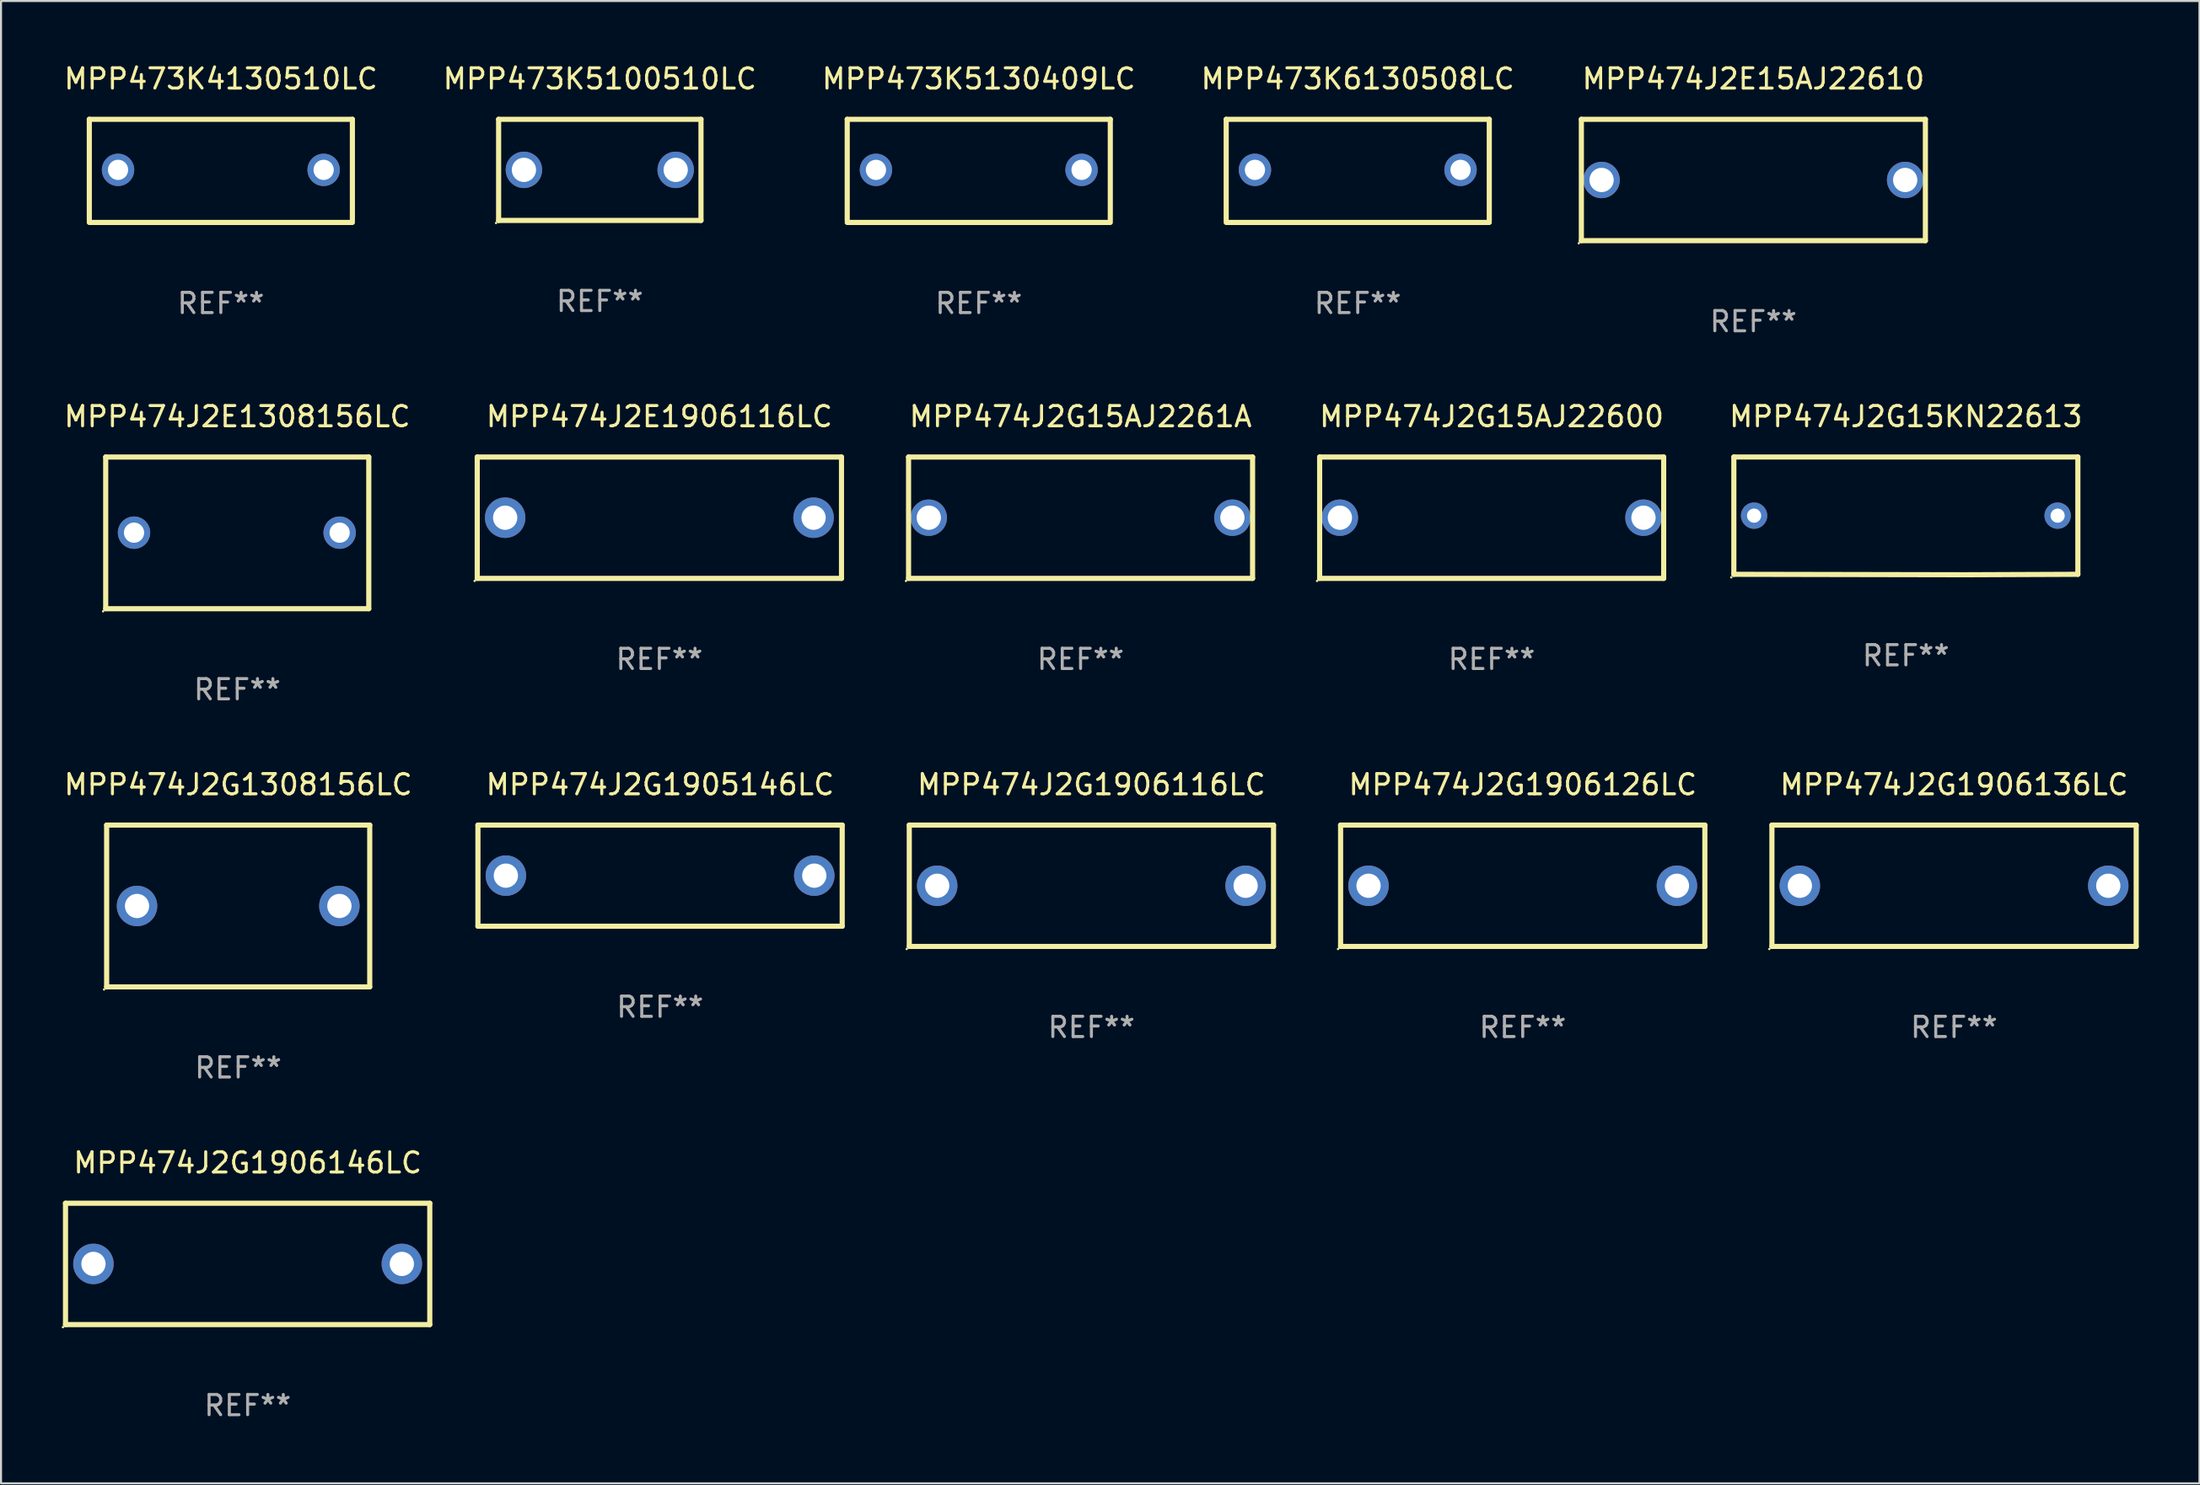
<source format=kicad_pcb>
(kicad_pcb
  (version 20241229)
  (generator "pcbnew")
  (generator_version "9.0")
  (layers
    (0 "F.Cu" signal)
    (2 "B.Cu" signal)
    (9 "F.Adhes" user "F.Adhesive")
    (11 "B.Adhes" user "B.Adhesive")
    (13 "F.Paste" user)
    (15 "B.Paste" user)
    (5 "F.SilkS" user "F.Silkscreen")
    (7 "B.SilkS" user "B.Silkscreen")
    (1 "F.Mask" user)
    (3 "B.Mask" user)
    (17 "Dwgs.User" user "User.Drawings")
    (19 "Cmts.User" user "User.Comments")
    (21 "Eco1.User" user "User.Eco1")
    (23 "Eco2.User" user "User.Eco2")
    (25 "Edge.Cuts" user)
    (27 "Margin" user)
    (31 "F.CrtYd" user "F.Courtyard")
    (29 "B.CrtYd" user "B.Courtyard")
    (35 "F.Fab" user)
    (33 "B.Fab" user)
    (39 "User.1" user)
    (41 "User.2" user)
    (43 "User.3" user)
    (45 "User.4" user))
  (footprint "MPP474J2E15AJ22610"
    (layer "F.Cu")
    (at 83.592 5.848)
    (property "Reference" "MPP474J2E15AJ22610" (at 0 -5 0) (layer "F.SilkS") (effects (font (size 1 1) (thickness 0.15))))
    (attr through_hole)
    (fp_line (start -8.5 -3) (end 8.5 -3) (stroke (width 0.254) (type solid)) (layer "F.SilkS"))
    (fp_line (start -8.5 3) (end -8.5 -3) (stroke (width 0.254) (type solid)) (layer "F.SilkS"))
    (fp_line (start 8.5 -3) (end 8.5 3) (stroke (width 0.254) (type solid)) (layer "F.SilkS"))
    (fp_line (start 8.5 3) (end -8.5 3) (stroke (width 0.254) (type solid)) (layer "F.SilkS"))
    (fp_circle (center -8.627 3.127) (end -8.597 3.127) (stroke (width 0.06) (type solid)) (fill no) (layer "F.SilkS"))
    (fp_text user "REF**" (at 0 7 0) (layer "F.Fab") (effects (font (size 1 1) (thickness 0.15))))
    (pad "1" thru_hole circle (at -7.501 0) (size 1.8 1.8) (drill 1.2) (layers "*.Cu" "*.Mask"))
    (pad "2" thru_hole circle (at 7.501 0) (size 1.8 1.8) (drill 1.2) (layers "*.Cu" "*.Mask")))
  (footprint "MPP473K4130510LC"
    (layer "F.Cu")
    (at 7.863 5.398)
    (property "Reference" "MPP473K4130510LC" (at 0 -4.55 0) (layer "F.SilkS") (effects (font (size 1 1) (thickness 0.15))))
    (attr through_hole)
    (fp_line (start -6.5 -2.55) (end 6.5 -2.55) (stroke (width 0.254) (type solid)) (layer "F.SilkS"))
    (fp_line (start -6.5 2.45) (end -6.5 -2.55) (stroke (width 0.254) (type solid)) (layer "F.SilkS"))
    (fp_line (start 6.5 -2.55) (end 6.5 2.45) (stroke (width 0.254) (type solid)) (layer "F.SilkS"))
    (fp_line (start 6.5 2.55) (end -6.5 2.55) (stroke (width 0.254) (type solid)) (layer "F.SilkS"))
    (fp_circle (center -6.5 2.45) (end -6.47 2.45) (stroke (width 0.06) (type solid)) (fill no) (layer "F.SilkS"))
    (fp_text user "REF**" (at 0 6.55 0) (layer "F.Fab") (effects (font (size 1 1) (thickness 0.15))))
    (pad "1" thru_hole circle (at -5.08 -0.05) (size 1.6 1.6) (drill 1) (layers "*.Cu" "*.Mask"))
    (pad "2" thru_hole circle (at 5.08 -0.05) (size 1.6 1.6) (drill 1) (layers "*.Cu" "*.Mask")))
  (footprint "MPP474J2E1308156LC"
    (layer "F.Cu")
    (at 8.673 23.295)
    (property "Reference" "MPP474J2E1308156LC" (at 0 -5.75 0) (layer "F.SilkS") (effects (font (size 1 1) (thickness 0.15))))
    (attr through_hole)
    (fp_line (start -6.5 -3.75) (end 6.5 -3.75) (stroke (width 0.254) (type solid)) (layer "F.SilkS"))
    (fp_line (start -6.5 3.75) (end -6.5 -3.75) (stroke (width 0.254) (type solid)) (layer "F.SilkS"))
    (fp_line (start 6.5 -3.75) (end 6.5 3.75) (stroke (width 0.254) (type solid)) (layer "F.SilkS"))
    (fp_line (start 6.5 3.75) (end -6.5 3.75) (stroke (width 0.254) (type solid)) (layer "F.SilkS"))
    (fp_circle (center -6.627 3.877) (end -6.597 3.877) (stroke (width 0.06) (type solid)) (fill no) (layer "F.SilkS"))
    (fp_text user "REF**" (at 0 7.75 0) (layer "F.Fab") (effects (font (size 1 1) (thickness 0.15))))
    (pad "1" thru_hole circle (at -5.1 -0.01) (size 1.6 1.6) (drill 1) (layers "*.Cu" "*.Mask"))
    (pad "2" thru_hole circle (at 5.06 -0.01) (size 1.6 1.6) (drill 1) (layers "*.Cu" "*.Mask")))
  (footprint "MPP473K6130508LC"
    (layer "F.Cu")
    (at 64.042 5.398)
    (property "Reference" "MPP473K6130508LC" (at 0 -4.55 0) (layer "F.SilkS") (effects (font (size 1 1) (thickness 0.15))))
    (attr through_hole)
    (fp_line (start -6.5 -2.55) (end 6.5 -2.55) (stroke (width 0.254) (type solid)) (layer "F.SilkS"))
    (fp_line (start -6.5 2.45) (end -6.5 -2.55) (stroke (width 0.254) (type solid)) (layer "F.SilkS"))
    (fp_line (start 6.5 -2.55) (end 6.5 2.45) (stroke (width 0.254) (type solid)) (layer "F.SilkS"))
    (fp_line (start 6.5 2.55) (end -6.5 2.55) (stroke (width 0.254) (type solid)) (layer "F.SilkS"))
    (fp_circle (center -6.5 2.45) (end -6.47 2.45) (stroke (width 0.06) (type solid)) (fill no) (layer "F.SilkS"))
    (fp_text user "REF**" (at 0 6.55 0) (layer "F.Fab") (effects (font (size 1 1) (thickness 0.15))))
    (pad "1" thru_hole circle (at -5.08 -0.05) (size 1.6 1.6) (drill 1) (layers "*.Cu" "*.Mask"))
    (pad "2" thru_hole circle (at 5.08 -0.05) (size 1.6 1.6) (drill 1) (layers "*.Cu" "*.Mask")))
  (footprint "MPP474J2G1906136LC"
    (layer "F.Cu")
    (at 93.509 40.742)
    (property "Reference" "MPP474J2G1906136LC" (at 0 -5 0) (layer "F.SilkS") (effects (font (size 1 1) (thickness 0.15))))
    (attr through_hole)
    (fp_line (start -9 -3) (end 9 -3) (stroke (width 0.254) (type solid)) (layer "F.SilkS"))
    (fp_line (start -9 3) (end -9 -3) (stroke (width 0.254) (type solid)) (layer "F.SilkS"))
    (fp_line (start 9 -3) (end 9 3) (stroke (width 0.254) (type solid)) (layer "F.SilkS"))
    (fp_line (start 9 3) (end -9 3) (stroke (width 0.254) (type solid)) (layer "F.SilkS"))
    (fp_circle (center -9.127 3.127) (end -9.097 3.127) (stroke (width 0.06) (type solid)) (fill no) (layer "F.SilkS"))
    (fp_text user "REF**" (at 0 7 0) (layer "F.Fab") (effects (font (size 1 1) (thickness 0.15))))
    (pad "1" thru_hole circle (at -7.62 0) (size 2 2) (drill 1.2) (layers "*.Cu" "*.Mask"))
    (pad "2" thru_hole circle (at 7.62 0) (size 2 2) (drill 1.2) (layers "*.Cu" "*.Mask")))
  (footprint "MPP473K5130409LC"
    (layer "F.Cu")
    (at 45.315 5.398)
    (property "Reference" "MPP473K5130409LC" (at 0 -4.55 0) (layer "F.SilkS") (effects (font (size 1 1) (thickness 0.15))))
    (attr through_hole)
    (fp_line (start -6.5 -2.55) (end 6.5 -2.55) (stroke (width 0.254) (type solid)) (layer "F.SilkS"))
    (fp_line (start -6.5 2.45) (end -6.5 -2.55) (stroke (width 0.254) (type solid)) (layer "F.SilkS"))
    (fp_line (start 6.5 -2.55) (end 6.5 2.45) (stroke (width 0.254) (type solid)) (layer "F.SilkS"))
    (fp_line (start 6.5 2.55) (end -6.5 2.55) (stroke (width 0.254) (type solid)) (layer "F.SilkS"))
    (fp_circle (center -6.5 2.45) (end -6.47 2.45) (stroke (width 0.06) (type solid)) (fill no) (layer "F.SilkS"))
    (fp_text user "REF**" (at 0 6.55 0) (layer "F.Fab") (effects (font (size 1 1) (thickness 0.15))))
    (pad "1" thru_hole circle (at -5.08 -0.05) (size 1.6 1.6) (drill 1) (layers "*.Cu" "*.Mask"))
    (pad "2" thru_hole circle (at 5.08 -0.05) (size 1.6 1.6) (drill 1) (layers "*.Cu" "*.Mask")))
  (footprint "MPP474J2E1906116LC"
    (layer "F.Cu")
    (at 29.532 22.545)
    (property "Reference" "MPP474J2E1906116LC" (at 0 -5 0) (layer "F.SilkS") (effects (font (size 1 1) (thickness 0.15))))
    (attr through_hole)
    (fp_line (start -9 -3) (end 9 -3) (stroke (width 0.254) (type solid)) (layer "F.SilkS"))
    (fp_line (start -9 3) (end -9 -3) (stroke (width 0.254) (type solid)) (layer "F.SilkS"))
    (fp_line (start 9 -3) (end 9 3) (stroke (width 0.254) (type solid)) (layer "F.SilkS"))
    (fp_line (start 9 3) (end -9 3) (stroke (width 0.254) (type solid)) (layer "F.SilkS"))
    (fp_circle (center -9.127 3.127) (end -9.097 3.127) (stroke (width 0.06) (type solid)) (fill no) (layer "F.SilkS"))
    (fp_text user "REF**" (at 0 7 0) (layer "F.Fab") (effects (font (size 1 1) (thickness 0.15))))
    (pad "1" thru_hole circle (at -7.62 0) (size 2 2) (drill 1.2) (layers "*.Cu" "*.Mask"))
    (pad "2" thru_hole circle (at 7.62 0) (size 2 2) (drill 1.2) (layers "*.Cu" "*.Mask")))
  (footprint "MPP474J2G1905146LC"
    (layer "F.Cu")
    (at 29.567 40.242)
    (property "Reference" "MPP474J2G1905146LC" (at 0 -4.5 0) (layer "F.SilkS") (effects (font (size 1 1) (thickness 0.15))))
    (attr through_hole)
    (fp_line (start -9 -2.5) (end 9 -2.5) (stroke (width 0.254) (type solid)) (layer "F.SilkS"))
    (fp_line (start -9 2.5) (end -9 -2.5) (stroke (width 0.254) (type solid)) (layer "F.SilkS"))
    (fp_line (start 9 -2.5) (end 9 2.5) (stroke (width 0.254) (type solid)) (layer "F.SilkS"))
    (fp_line (start 9 2.5) (end -9 2.5) (stroke (width 0.254) (type solid)) (layer "F.SilkS"))
    (fp_circle (center -9 2.5) (end -8.97 2.5) (stroke (width 0.06) (type solid)) (fill no) (layer "F.SilkS"))
    (fp_text user "REF**" (at 0 6.5 0) (layer "F.Fab") (effects (font (size 1 1) (thickness 0.15))))
    (pad "1" thru_hole circle (at -7.62 -0.000127) (size 2 2) (drill 1.2) (layers "*.Cu" "*.Mask"))
    (pad "2" thru_hole circle (at 7.62 -0.000127) (size 2 2) (drill 1.2) (layers "*.Cu" "*.Mask")))
  (footprint "MPP474J2G1906116LC"
    (layer "F.Cu")
    (at 50.881 40.742)
    (property "Reference" "MPP474J2G1906116LC" (at 0 -5 0) (layer "F.SilkS") (effects (font (size 1 1) (thickness 0.15))))
    (attr through_hole)
    (fp_line (start -9 -3) (end 9 -3) (stroke (width 0.254) (type solid)) (layer "F.SilkS"))
    (fp_line (start -9 3) (end -9 -3) (stroke (width 0.254) (type solid)) (layer "F.SilkS"))
    (fp_line (start 9 -3) (end 9 3) (stroke (width 0.254) (type solid)) (layer "F.SilkS"))
    (fp_line (start 9 3) (end -9 3) (stroke (width 0.254) (type solid)) (layer "F.SilkS"))
    (fp_circle (center -9.127 3.127) (end -9.097 3.127) (stroke (width 0.06) (type solid)) (fill no) (layer "F.SilkS"))
    (fp_text user "REF**" (at 0 7 0) (layer "F.Fab") (effects (font (size 1 1) (thickness 0.15))))
    (pad "1" thru_hole circle (at -7.62 0) (size 2 2) (drill 1.2) (layers "*.Cu" "*.Mask"))
    (pad "2" thru_hole circle (at 7.62 0) (size 2 2) (drill 1.2) (layers "*.Cu" "*.Mask")))
  (footprint "MPP474J2G1906126LC"
    (layer "F.Cu")
    (at 72.195 40.742)
    (property "Reference" "MPP474J2G1906126LC" (at 0 -5 0) (layer "F.SilkS") (effects (font (size 1 1) (thickness 0.15))))
    (attr through_hole)
    (fp_line (start -9 -3) (end 9 -3) (stroke (width 0.254) (type solid)) (layer "F.SilkS"))
    (fp_line (start -9 3) (end -9 -3) (stroke (width 0.254) (type solid)) (layer "F.SilkS"))
    (fp_line (start 9 -3) (end 9 3) (stroke (width 0.254) (type solid)) (layer "F.SilkS"))
    (fp_line (start 9 3) (end -9 3) (stroke (width 0.254) (type solid)) (layer "F.SilkS"))
    (fp_circle (center -9.127 3.127) (end -9.097 3.127) (stroke (width 0.06) (type solid)) (fill no) (layer "F.SilkS"))
    (fp_text user "REF**" (at 0 7 0) (layer "F.Fab") (effects (font (size 1 1) (thickness 0.15))))
    (pad "1" thru_hole circle (at -7.62 0) (size 2 2) (drill 1.2) (layers "*.Cu" "*.Mask"))
    (pad "2" thru_hole circle (at 7.62 0) (size 2 2) (drill 1.2) (layers "*.Cu" "*.Mask")))
  (footprint "MPP474J2G1906146LC"
    (layer "F.Cu")
    (at 9.187 59.438)
    (property "Reference" "MPP474J2G1906146LC" (at 0 -5 0) (layer "F.SilkS") (effects (font (size 1 1) (thickness 0.15))))
    (attr through_hole)
    (fp_line (start -9 -3) (end 9 -3) (stroke (width 0.254) (type solid)) (layer "F.SilkS"))
    (fp_line (start -9 3) (end -9 -3) (stroke (width 0.254) (type solid)) (layer "F.SilkS"))
    (fp_line (start 9 -3) (end 9 3) (stroke (width 0.254) (type solid)) (layer "F.SilkS"))
    (fp_line (start 9 3) (end -9 3) (stroke (width 0.254) (type solid)) (layer "F.SilkS"))
    (fp_circle (center -9.127 3.127) (end -9.097 3.127) (stroke (width 0.06) (type solid)) (fill no) (layer "F.SilkS"))
    (fp_text user "REF**" (at 0 7 0) (layer "F.Fab") (effects (font (size 1 1) (thickness 0.15))))
    (pad "1" thru_hole circle (at -7.62 0) (size 2 2) (drill 1.2) (layers "*.Cu" "*.Mask"))
    (pad "2" thru_hole circle (at 7.62 0) (size 2 2) (drill 1.2) (layers "*.Cu" "*.Mask")))
  (footprint "MPP474J2G1308156LC"
    (layer "F.Cu")
    (at 8.72 41.742)
    (property "Reference" "MPP474J2G1308156LC" (at 0 -6 0) (layer "F.SilkS") (effects (font (size 1 1) (thickness 0.15))))
    (attr through_hole)
    (fp_line (start -6.5 -4) (end -6.5 4) (stroke (width 0.254) (type solid)) (layer "F.SilkS"))
    (fp_line (start -6.5 -4) (end 6.5 -4) (stroke (width 0.254) (type solid)) (layer "F.SilkS"))
    (fp_line (start 6.5 4) (end -6.5 4) (stroke (width 0.254) (type solid)) (layer "F.SilkS"))
    (fp_line (start 6.5 4) (end 6.5 -4) (stroke (width 0.254) (type solid)) (layer "F.SilkS"))
    (fp_circle (center -6.627 4.127) (end -6.597 4.127) (stroke (width 0.06) (type solid)) (fill no) (layer "F.SilkS"))
    (fp_text user "REF**" (at 0 8 0) (layer "F.Fab") (effects (font (size 1 1) (thickness 0.15))))
    (pad "1" thru_hole circle (at -4.999 0) (size 2 2) (drill 1.2) (layers "*.Cu" "*.Mask"))
    (pad "2" thru_hole circle (at 5.001 0) (size 2 2) (drill 1.2) (layers "*.Cu" "*.Mask")))
  (footprint "MPP474J2G15KN22613"
    (layer "F.Cu")
    (at 91.127 22.455)
    (property "Reference" "MPP474J2G15KN22613" (at 0 -4.911 0) (layer "F.SilkS") (effects (font (size 1 1) (thickness 0.15))))
    (attr through_hole)
    (fp_line (start -8.5 -2.911) (end -8.5 2.889) (stroke (width 0.254) (type solid)) (layer "F.SilkS"))
    (fp_line (start -8.5 -2.911) (end 8.5 -2.911) (stroke (width 0.254) (type solid)) (layer "F.SilkS"))
    (fp_line (start -8.5 2.889) (end 2.921 2.911) (stroke (width 0.254) (type solid)) (layer "F.SilkS"))
    (fp_line (start 2.921 2.911) (end 8.5 2.889) (stroke (width 0.254) (type solid)) (layer "F.SilkS"))
    (fp_line (start 8.5 -2.911) (end 8.5 2.889) (stroke (width 0.254) (type solid)) (layer "F.SilkS"))
    (fp_circle (center -8.627 3.038) (end -8.597 3.038) (stroke (width 0.06) (type solid)) (fill no) (layer "F.SilkS"))
    (fp_text user "REF**" (at 0 6.911 0) (layer "F.Fab") (effects (font (size 1 1) (thickness 0.15))))
    (pad "1" thru_hole circle (at -7.5 -0.011) (size 1.3 1.3) (drill 0.7) (layers "*.Cu" "*.Mask"))
    (pad "2" thru_hole circle (at 7.5 -0.011) (size 1.3 1.3) (drill 0.7) (layers "*.Cu" "*.Mask")))
  (footprint "MPP474J2G15AJ2261A"
    (layer "F.Cu")
    (at 50.346 22.545)
    (property "Reference" "MPP474J2G15AJ2261A" (at 0 -5 0) (layer "F.SilkS") (effects (font (size 1 1) (thickness 0.15))))
    (attr through_hole)
    (fp_line (start -8.5 -3) (end 8.5 -3) (stroke (width 0.254) (type solid)) (layer "F.SilkS"))
    (fp_line (start -8.5 3) (end -8.5 -3) (stroke (width 0.254) (type solid)) (layer "F.SilkS"))
    (fp_line (start 8.5 -3) (end 8.5 3) (stroke (width 0.254) (type solid)) (layer "F.SilkS"))
    (fp_line (start 8.5 3) (end -8.5 3) (stroke (width 0.254) (type solid)) (layer "F.SilkS"))
    (fp_circle (center -8.627 3.127) (end -8.597 3.127) (stroke (width 0.06) (type solid)) (fill no) (layer "F.SilkS"))
    (fp_text user "REF**" (at 0 7 0) (layer "F.Fab") (effects (font (size 1 1) (thickness 0.15))))
    (pad "1" thru_hole circle (at -7.501 0) (size 1.8 1.8) (drill 1.2) (layers "*.Cu" "*.Mask"))
    (pad "2" thru_hole circle (at 7.501 0) (size 1.8 1.8) (drill 1.2) (layers "*.Cu" "*.Mask")))
  (footprint "MPP474J2G15AJ22600"
    (layer "F.Cu")
    (at 70.66 22.545)
    (property "Reference" "MPP474J2G15AJ22600" (at 0 -5 0) (layer "F.SilkS") (effects (font (size 1 1) (thickness 0.15))))
    (attr through_hole)
    (fp_line (start -8.5 -3) (end 8.5 -3) (stroke (width 0.254) (type solid)) (layer "F.SilkS"))
    (fp_line (start -8.5 3) (end -8.5 -3) (stroke (width 0.254) (type solid)) (layer "F.SilkS"))
    (fp_line (start 8.5 -3) (end 8.5 3) (stroke (width 0.254) (type solid)) (layer "F.SilkS"))
    (fp_line (start 8.5 3) (end -8.5 3) (stroke (width 0.254) (type solid)) (layer "F.SilkS"))
    (fp_circle (center -8.627 3.127) (end -8.597 3.127) (stroke (width 0.06) (type solid)) (fill no) (layer "F.SilkS"))
    (fp_text user "REF**" (at 0 7 0) (layer "F.Fab") (effects (font (size 1 1) (thickness 0.15))))
    (pad "1" thru_hole circle (at -7.501 0) (size 1.8 1.8) (drill 1.2) (layers "*.Cu" "*.Mask"))
    (pad "2" thru_hole circle (at 7.501 0) (size 1.8 1.8) (drill 1.2) (layers "*.Cu" "*.Mask")))
  (footprint "MPP473K5100510LC"
    (layer "F.Cu")
    (at 26.589 5.348)
    (property "Reference" "MPP473K5100510LC" (at 0 -4.5 0) (layer "F.SilkS") (effects (font (size 1 1) (thickness 0.15))))
    (attr through_hole)
    (fp_line (start -5 -2.5) (end 5 -2.5) (stroke (width 0.254) (type solid)) (layer "F.SilkS"))
    (fp_line (start -5 2.5) (end -5 -2.5) (stroke (width 0.254) (type solid)) (layer "F.SilkS"))
    (fp_line (start 5 -2.5) (end 5 2.5) (stroke (width 0.254) (type solid)) (layer "F.SilkS"))
    (fp_line (start 5 2.5) (end -5 2.5) (stroke (width 0.254) (type solid)) (layer "F.SilkS"))
    (fp_circle (center -5.127 2.627) (end -5.097 2.627) (stroke (width 0.06) (type solid)) (fill no) (layer "F.SilkS"))
    (fp_text user "REF**" (at 0 6.5 0) (layer "F.Fab") (effects (font (size 1 1) (thickness 0.15))))
    (pad "1" thru_hole circle (at -3.75 0) (size 1.8 1.8) (drill 1.2) (layers "*.Cu" "*.Mask"))
    (pad "2" thru_hole circle (at 3.75 0) (size 1.8 1.8) (drill 1.2) (layers "*.Cu" "*.Mask")))
  (gr_rect
    (start -3 -3)
    (end 105.636 70.286)
    (stroke (width 0.1) (type default))
    (fill no)
    (layer "Edge.Cuts")))
</source>
